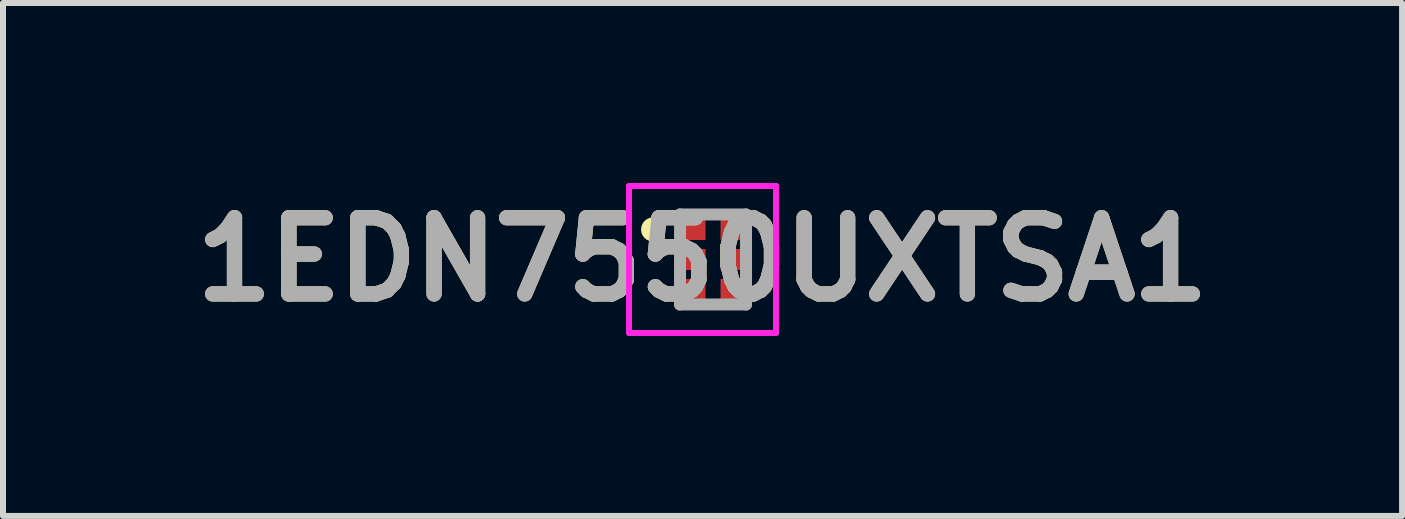
<source format=kicad_pcb>
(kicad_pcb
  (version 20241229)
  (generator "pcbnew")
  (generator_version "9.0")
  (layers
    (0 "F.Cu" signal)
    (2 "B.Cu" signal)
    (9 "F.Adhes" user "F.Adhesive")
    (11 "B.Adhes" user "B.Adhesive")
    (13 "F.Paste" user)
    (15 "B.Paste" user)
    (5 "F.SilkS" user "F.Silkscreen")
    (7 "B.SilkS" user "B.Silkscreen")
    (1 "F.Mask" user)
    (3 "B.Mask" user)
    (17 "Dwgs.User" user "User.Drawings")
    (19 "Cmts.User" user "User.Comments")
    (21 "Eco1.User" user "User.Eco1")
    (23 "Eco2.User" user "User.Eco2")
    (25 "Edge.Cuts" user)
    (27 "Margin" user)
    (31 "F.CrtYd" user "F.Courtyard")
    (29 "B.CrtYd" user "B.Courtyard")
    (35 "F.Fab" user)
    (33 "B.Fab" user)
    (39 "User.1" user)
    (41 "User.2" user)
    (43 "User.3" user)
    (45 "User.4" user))
  (footprint "1EDN7550UXTSA1"
    (layer "F.Cu")
    (at 8.835 1.275)
    (property "Reference" "1EDN7550UXTSA1" (at -0.175 0 0) (layer "F.SilkS") (effects (font (size 1.27 1.27) (thickness 0.254))))
    (attr smd)
    (fp_line (start -1 -0.6) (end -1 -0.6) (stroke (width 0.2) (type solid)) (layer "F.SilkS"))
    (fp_line (start -1 -0.4) (end -1 -0.4) (stroke (width 0.2) (type solid)) (layer "F.SilkS"))
    (fp_arc (start -1 -0.6) (mid -0.9 -0.5) (end -1 -0.4) (stroke (width 0.2) (type solid)) (layer "F.SilkS"))
    (fp_arc (start -1 -0.4) (mid -1.1 -0.5) (end -1 -0.6) (stroke (width 0.2) (type solid)) (layer "F.SilkS"))
    (fp_line (start -1.4 -1.225) (end 1.05 -1.225) (stroke (width 0.1) (type solid)) (layer "F.CrtYd"))
    (fp_line (start -1.4 1.225) (end -1.4 -1.225) (stroke (width 0.1) (type solid)) (layer "F.CrtYd"))
    (fp_line (start 1.05 -1.225) (end 1.05 1.225) (stroke (width 0.1) (type solid)) (layer "F.CrtYd"))
    (fp_line (start 1.05 1.225) (end -1.4 1.225) (stroke (width 0.1) (type solid)) (layer "F.CrtYd"))
    (fp_line (start -0.55 -0.75) (end 0.55 -0.75) (stroke (width 0.2) (type solid)) (layer "F.Fab"))
    (fp_line (start -0.55 0.75) (end -0.55 -0.75) (stroke (width 0.2) (type solid)) (layer "F.Fab"))
    (fp_line (start 0.55 -0.75) (end 0.55 0.75) (stroke (width 0.2) (type solid)) (layer "F.Fab"))
    (fp_line (start 0.55 0.75) (end -0.55 0.75) (stroke (width 0.2) (type solid)) (layer "F.Fab"))
    (fp_text user "${REFERENCE}" (at -0.175 0 0) (layer "F.Fab") (effects (font (size 1.27 1.27) (thickness 0.254))))
    (pad "1" smd rect (at -0.3 -0.5 90) (size 0.35 0.35) (layers "F.Cu" "F.Mask" "F.Paste"))
    (pad "2" smd rect (at -0.3 0 90) (size 0.35 0.35) (layers "F.Cu" "F.Mask" "F.Paste"))
    (pad "3" smd rect (at -0.3 0.5 90) (size 0.35 0.35) (layers "F.Cu" "F.Mask" "F.Paste"))
    (pad "4" smd rect (at 0.3 0.5 90) (size 0.35 0.35) (layers "F.Cu" "F.Mask" "F.Paste"))
    (pad "5" smd rect (at 0.3 0 90) (size 0.35 0.35) (layers "F.Cu" "F.Mask" "F.Paste"))
    (pad "6" smd rect (at 0.3 -0.5 90) (size 0.35 0.35) (layers "F.Cu" "F.Mask" "F.Paste")))
  (gr_rect
    (start -3 -3)
    (end 20.32 5.55)
    (stroke (width 0.1) (type default))
    (fill no)
    (layer "Edge.Cuts")))
</source>
